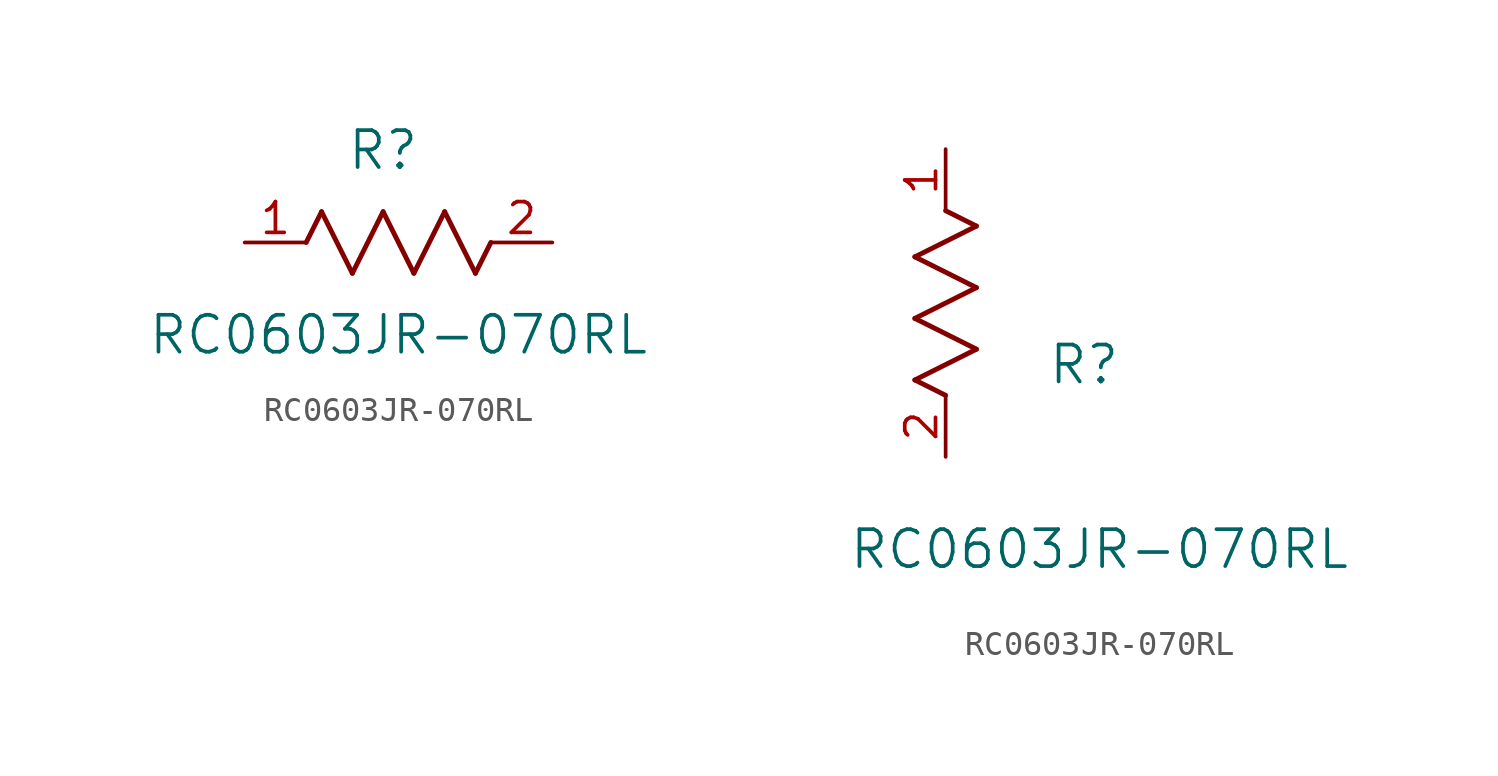
<source format=kicad_sym>
(kicad_symbol_lib
  (version 20211014)
  (generator kicad_symbol_editor)
  (symbol "RC0603JR-070RL"
    (pin_names
      (offset 0.254))
    (property "Reference" "R"
      (at 5.715 3.81 0)
      (effects (font (size 1.524 1.524))))
    (property "Value" "RC0603JR-070RL"
      (at 6.35 -3.81 0)
      (effects (font (size 1.524 1.524))))
    (symbol "RC0603JR-070RL_1_1"
      (polyline (pts (xy 3.175 1.27) (xy 4.445 -1.27)) (stroke (width 0.203) (type default) (color 0 0 0 0)) (fill (type none)))
      (polyline (pts (xy 4.445 -1.27) (xy 5.715 1.27)) (stroke (width 0.203) (type default) (color 0 0 0 0)) (fill (type none)))
      (polyline (pts (xy 5.715 1.27) (xy 6.985 -1.27)) (stroke (width 0.203) (type default) (color 0 0 0 0)) (fill (type none)))
      (polyline (pts (xy 6.985 -1.27) (xy 8.255 1.27)) (stroke (width 0.203) (type default) (color 0 0 0 0)) (fill (type none)))
      (polyline (pts (xy 8.255 1.27) (xy 9.525 -1.27)) (stroke (width 0.203) (type default) (color 0 0 0 0)) (fill (type none)))
      (polyline (pts (xy 2.54 0) (xy 3.175 1.27)) (stroke (width 0.203) (type default) (color 0 0 0 0)) (fill (type none)))
      (polyline (pts (xy 9.525 -1.27) (xy 10.16 0)) (stroke (width 0.203) (type default) (color 0 0 0 0)) (fill (type none)))
      (pin unspecified line (at 0 0 0) (length 2.54) (name "" (effects (font (size 1.27 1.27)))) (number "1" (effects (font (size 1.27 1.27)))))
      (pin unspecified line (at 12.7 0 180) (length 2.54) (name "" (effects (font (size 1.27 1.27)))) (number "2" (effects (font (size 1.27 1.27))))))
    (symbol "RC0603JR-070RL_1_2"
      (polyline (pts (xy 0 2.54) (xy -1.27 3.175)) (stroke (width 0.203) (type default) (color 0 0 0 0)) (fill (type none)))
      (polyline (pts (xy -1.27 3.175) (xy 1.27 4.445)) (stroke (width 0.203) (type default) (color 0 0 0 0)) (fill (type none)))
      (polyline (pts (xy 1.27 4.445) (xy -1.27 5.715)) (stroke (width 0.203) (type default) (color 0 0 0 0)) (fill (type none)))
      (polyline (pts (xy -1.27 5.715) (xy 1.27 6.985)) (stroke (width 0.203) (type default) (color 0 0 0 0)) (fill (type none)))
      (polyline (pts (xy -1.27 8.255) (xy 1.27 9.525)) (stroke (width 0.203) (type default) (color 0 0 0 0)) (fill (type none)))
      (polyline (pts (xy 1.27 9.525) (xy 0 10.16)) (stroke (width 0.203) (type default) (color 0 0 0 0)) (fill (type none)))
      (polyline (pts (xy 1.27 6.985) (xy -1.27 8.255)) (stroke (width 0.203) (type default) (color 0 0 0 0)) (fill (type none)))
      (pin unspecified line (at 0 12.7 270) (length 2.54) (name "" (effects (font (size 1.27 1.27)))) (number "1" (effects (font (size 1.27 1.27)))))
      (pin unspecified line (at 0 0 90) (length 2.54) (name "" (effects (font (size 1.27 1.27)))) (number "2" (effects (font (size 1.27 1.27))))))))
</source>
